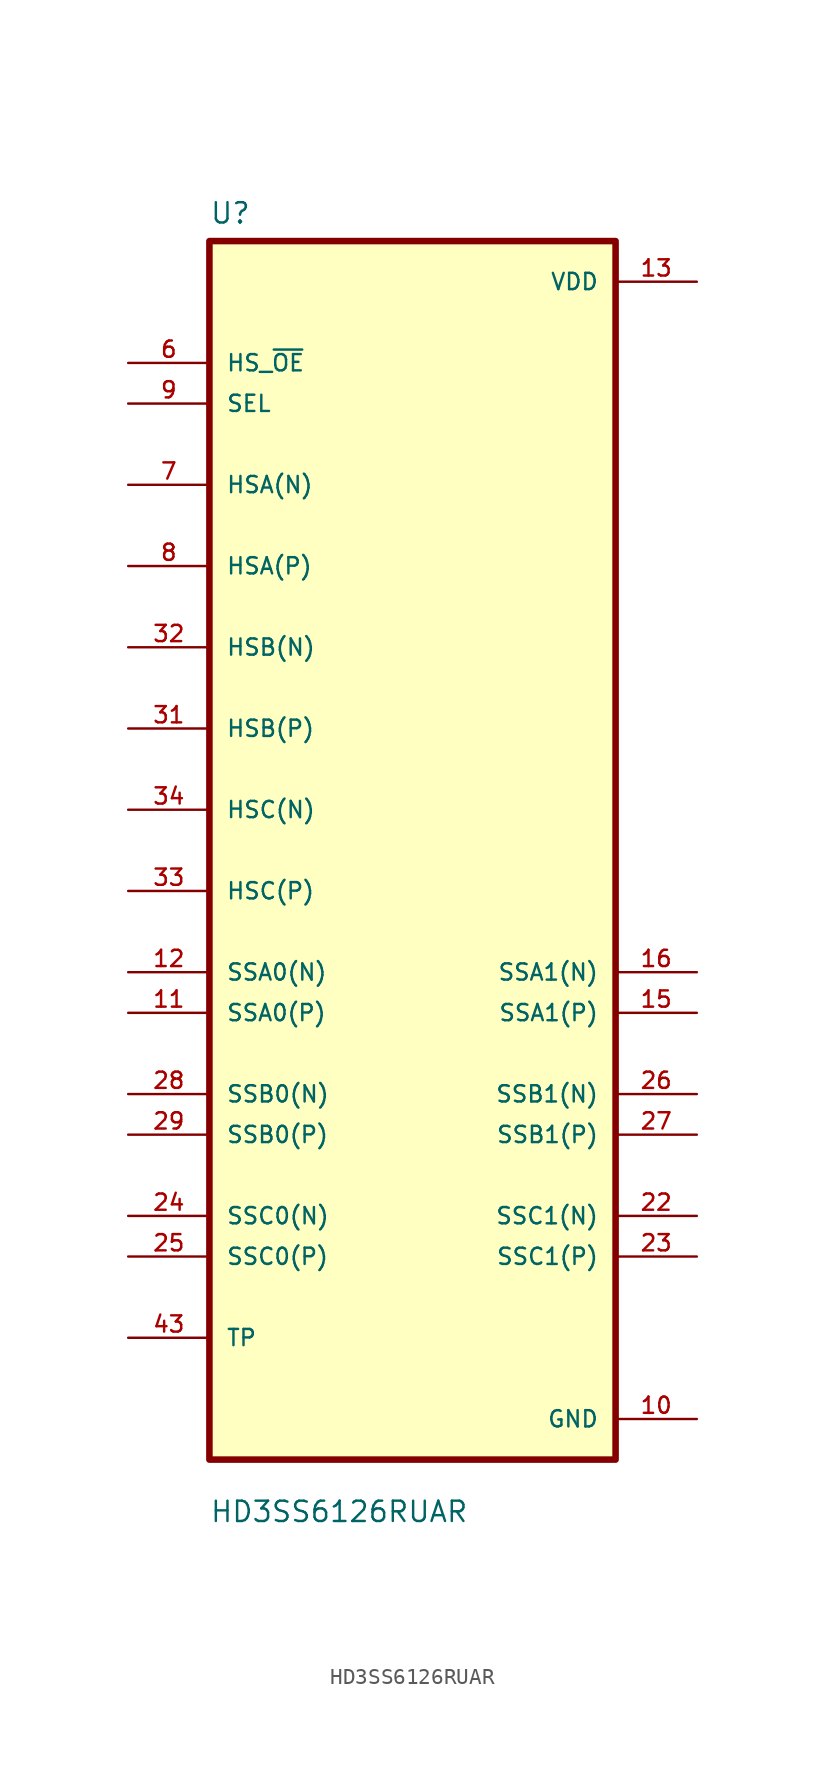
<source format=kicad_sym>
(kicad_symbol_lib
  (version 20241209)
  (generator "kicad_symbol_editor")
  (generator_version "9.0")
  (symbol "HD3SS6126RUAR"
    (pin_names
      (offset 1.016))
    (property "Reference" "U"
      (at -12.7 39.1 0)
      (effects (font (size 1.27 1.27)) (justify left bottom)))
    (property "Value" "HD3SS6126RUAR"
      (at -12.7 -42.1 0)
      (effects (font (size 1.27 1.27)) (justify left bottom)))
    (symbol "HD3SS6126RUAR_0_0"
      (rectangle (start -12.7 -38.1) (end 12.7 38.1) (stroke (width 0.41) (type default)) (fill (type background)))
      (pin input line (at -17.78 30.48 0) (length 5.08) (name "HS_~{OE}" (effects (font (size 1.016 1.016)))) (number "6" (effects (font (size 1.016 1.016)))))
      (pin input line (at -17.78 27.94 0) (length 5.08) (name "SEL" (effects (font (size 1.016 1.016)))) (number "9" (effects (font (size 1.016 1.016)))))
      (pin bidirectional line (at -17.78 22.86 0) (length 5.08) (name "HSA(N)" (effects (font (size 1.016 1.016)))) (number "7" (effects (font (size 1.016 1.016)))))
      (pin bidirectional line (at -17.78 17.78 0) (length 5.08) (name "HSA(P)" (effects (font (size 1.016 1.016)))) (number "8" (effects (font (size 1.016 1.016)))))
      (pin bidirectional line (at -17.78 12.7 0) (length 5.08) (name "HSB(N)" (effects (font (size 1.016 1.016)))) (number "32" (effects (font (size 1.016 1.016)))))
      (pin bidirectional line (at -17.78 7.62 0) (length 5.08) (name "HSB(P)" (effects (font (size 1.016 1.016)))) (number "31" (effects (font (size 1.016 1.016)))))
      (pin bidirectional line (at -17.78 2.54 0) (length 5.08) (name "HSC(N)" (effects (font (size 1.016 1.016)))) (number "34" (effects (font (size 1.016 1.016)))))
      (pin bidirectional line (at -17.78 -2.54 0) (length 5.08) (name "HSC(P)" (effects (font (size 1.016 1.016)))) (number "33" (effects (font (size 1.016 1.016)))))
      (pin bidirectional line (at -17.78 -7.62 0) (length 5.08) (name "SSA0(N)" (effects (font (size 1.016 1.016)))) (number "12" (effects (font (size 1.016 1.016)))))
      (pin bidirectional line (at -17.78 -10.16 0) (length 5.08) (name "SSA0(P)" (effects (font (size 1.016 1.016)))) (number "11" (effects (font (size 1.016 1.016)))))
      (pin bidirectional line (at -17.78 -15.24 0) (length 5.08) (name "SSB0(N)" (effects (font (size 1.016 1.016)))) (number "28" (effects (font (size 1.016 1.016)))))
      (pin bidirectional line (at -17.78 -17.78 0) (length 5.08) (name "SSB0(P)" (effects (font (size 1.016 1.016)))) (number "29" (effects (font (size 1.016 1.016)))))
      (pin bidirectional line (at -17.78 -22.86 0) (length 5.08) (name "SSC0(N)" (effects (font (size 1.016 1.016)))) (number "24" (effects (font (size 1.016 1.016)))))
      (pin bidirectional line (at -17.78 -25.4 0) (length 5.08) (name "SSC0(P)" (effects (font (size 1.016 1.016)))) (number "25" (effects (font (size 1.016 1.016)))))
      (pin bidirectional line (at -17.78 -30.48 0) (length 5.08) (name "TP" (effects (font (size 1.016 1.016)))) (number "43" (effects (font (size 1.016 1.016)))))
      (pin bidirectional line (at -17.78 -30.48 0) (length 5.08) (hide yes) (name "TP" (effects (font (size 1.016 1.016)))) (number "E1" (effects (font (size 1.016 1.016)))))
      (pin bidirectional line (at -17.78 -30.48 0) (length 5.08) (hide yes) (name "TP" (effects (font (size 1.016 1.016)))) (number "E10" (effects (font (size 1.016 1.016)))))
      (pin bidirectional line (at -17.78 -30.48 0) (length 5.08) (hide yes) (name "TP" (effects (font (size 1.016 1.016)))) (number "E11" (effects (font (size 1.016 1.016)))))
      (pin bidirectional line (at -17.78 -30.48 0) (length 5.08) (hide yes) (name "TP" (effects (font (size 1.016 1.016)))) (number "E12" (effects (font (size 1.016 1.016)))))
      (pin bidirectional line (at -17.78 -30.48 0) (length 5.08) (hide yes) (name "TP" (effects (font (size 1.016 1.016)))) (number "E13" (effects (font (size 1.016 1.016)))))
      (pin bidirectional line (at -17.78 -30.48 0) (length 5.08) (hide yes) (name "TP" (effects (font (size 1.016 1.016)))) (number "E14" (effects (font (size 1.016 1.016)))))
      (pin bidirectional line (at -17.78 -30.48 0) (length 5.08) (hide yes) (name "TP" (effects (font (size 1.016 1.016)))) (number "E2" (effects (font (size 1.016 1.016)))))
      (pin bidirectional line (at -17.78 -30.48 0) (length 5.08) (hide yes) (name "TP" (effects (font (size 1.016 1.016)))) (number "E3" (effects (font (size 1.016 1.016)))))
      (pin bidirectional line (at -17.78 -30.48 0) (length 5.08) (hide yes) (name "TP" (effects (font (size 1.016 1.016)))) (number "E4" (effects (font (size 1.016 1.016)))))
      (pin bidirectional line (at -17.78 -30.48 0) (length 5.08) (hide yes) (name "TP" (effects (font (size 1.016 1.016)))) (number "E5" (effects (font (size 1.016 1.016)))))
      (pin bidirectional line (at -17.78 -30.48 0) (length 5.08) (hide yes) (name "TP" (effects (font (size 1.016 1.016)))) (number "E6" (effects (font (size 1.016 1.016)))))
      (pin bidirectional line (at -17.78 -30.48 0) (length 5.08) (hide yes) (name "TP" (effects (font (size 1.016 1.016)))) (number "E7" (effects (font (size 1.016 1.016)))))
      (pin bidirectional line (at -17.78 -30.48 0) (length 5.08) (hide yes) (name "TP" (effects (font (size 1.016 1.016)))) (number "E8" (effects (font (size 1.016 1.016)))))
      (pin bidirectional line (at -17.78 -30.48 0) (length 5.08) (hide yes) (name "TP" (effects (font (size 1.016 1.016)))) (number "E9" (effects (font (size 1.016 1.016)))))
      (pin power_in line (at 17.78 35.56 180) (length 5.08) (name "VDD" (effects (font (size 1.016 1.016)))) (number "13" (effects (font (size 1.016 1.016)))))
      (pin power_in line (at 17.78 35.56 180) (length 5.08) (hide yes) (name "VDD" (effects (font (size 1.016 1.016)))) (number "20" (effects (font (size 1.016 1.016)))))
      (pin power_in line (at 17.78 35.56 180) (length 5.08) (hide yes) (name "VDD" (effects (font (size 1.016 1.016)))) (number "30" (effects (font (size 1.016 1.016)))))
      (pin bidirectional line (at 17.78 -7.62 180) (length 5.08) (name "SSA1(N)" (effects (font (size 1.016 1.016)))) (number "16" (effects (font (size 1.016 1.016)))))
      (pin bidirectional line (at 17.78 -10.16 180) (length 5.08) (name "SSA1(P)" (effects (font (size 1.016 1.016)))) (number "15" (effects (font (size 1.016 1.016)))))
      (pin bidirectional line (at 17.78 -15.24 180) (length 5.08) (name "SSB1(N)" (effects (font (size 1.016 1.016)))) (number "26" (effects (font (size 1.016 1.016)))))
      (pin bidirectional line (at 17.78 -17.78 180) (length 5.08) (name "SSB1(P)" (effects (font (size 1.016 1.016)))) (number "27" (effects (font (size 1.016 1.016)))))
      (pin bidirectional line (at 17.78 -22.86 180) (length 5.08) (name "SSC1(N)" (effects (font (size 1.016 1.016)))) (number "22" (effects (font (size 1.016 1.016)))))
      (pin bidirectional line (at 17.78 -25.4 180) (length 5.08) (name "SSC1(P)" (effects (font (size 1.016 1.016)))) (number "23" (effects (font (size 1.016 1.016)))))
      (pin power_in line (at 17.78 -35.56 180) (length 5.08) (name "GND" (effects (font (size 1.016 1.016)))) (number "10" (effects (font (size 1.016 1.016)))))
      (pin power_in line (at 17.78 -35.56 180) (length 5.08) (hide yes) (name "GND" (effects (font (size 1.016 1.016)))) (number "14" (effects (font (size 1.016 1.016)))))
      (pin power_in line (at 17.78 -35.56 180) (length 5.08) (hide yes) (name "GND" (effects (font (size 1.016 1.016)))) (number "17" (effects (font (size 1.016 1.016)))))
      (pin power_in line (at 17.78 -35.56 180) (length 5.08) (hide yes) (name "GND" (effects (font (size 1.016 1.016)))) (number "19" (effects (font (size 1.016 1.016)))))
      (pin power_in line (at 17.78 -35.56 180) (length 5.08) (hide yes) (name "GND" (effects (font (size 1.016 1.016)))) (number "21" (effects (font (size 1.016 1.016))))))))
</source>
